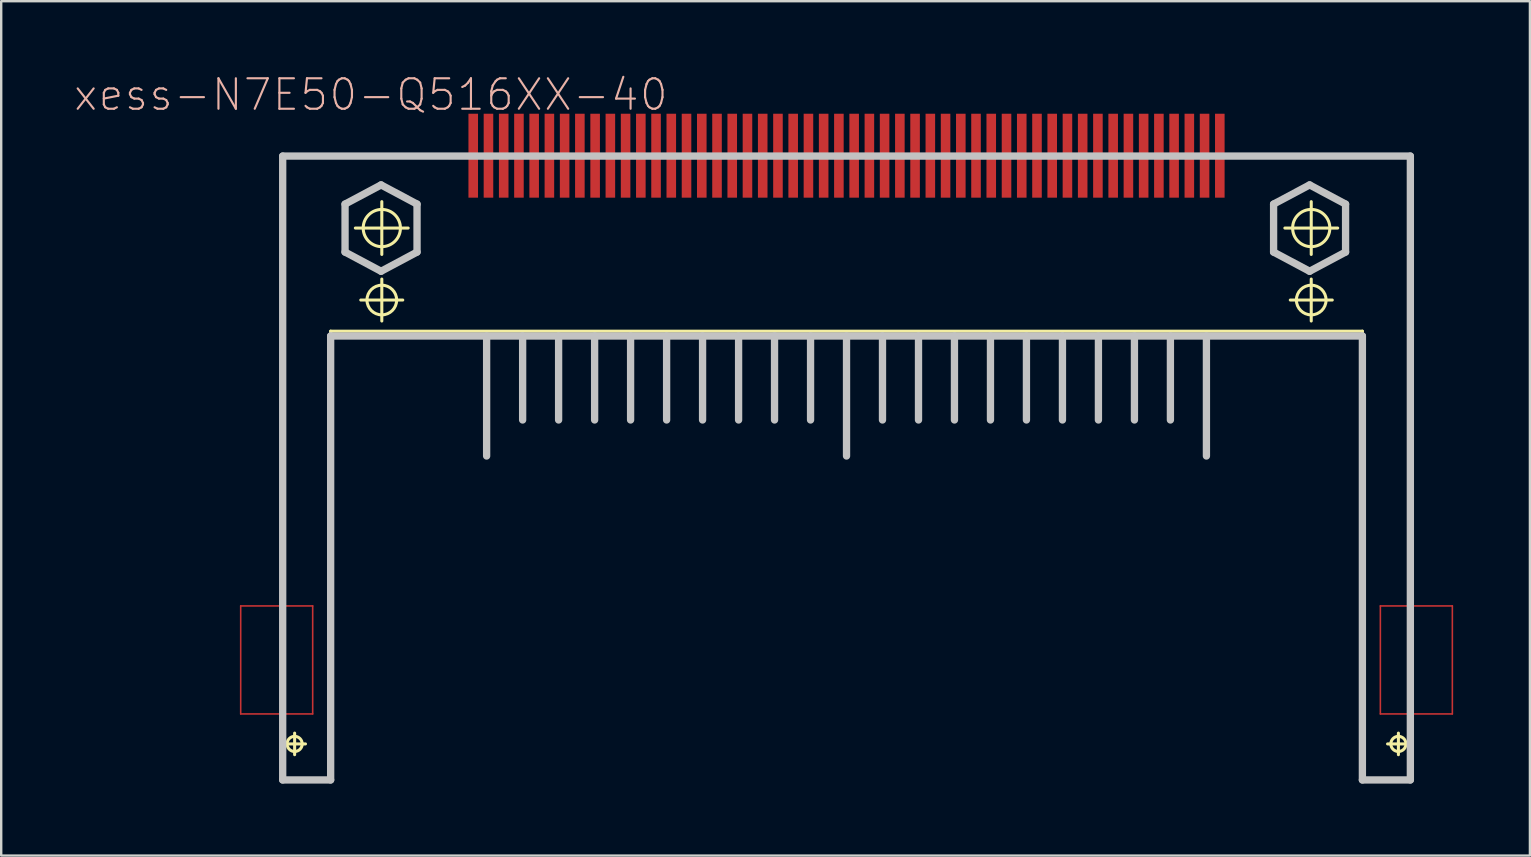
<source format=kicad_pcb>
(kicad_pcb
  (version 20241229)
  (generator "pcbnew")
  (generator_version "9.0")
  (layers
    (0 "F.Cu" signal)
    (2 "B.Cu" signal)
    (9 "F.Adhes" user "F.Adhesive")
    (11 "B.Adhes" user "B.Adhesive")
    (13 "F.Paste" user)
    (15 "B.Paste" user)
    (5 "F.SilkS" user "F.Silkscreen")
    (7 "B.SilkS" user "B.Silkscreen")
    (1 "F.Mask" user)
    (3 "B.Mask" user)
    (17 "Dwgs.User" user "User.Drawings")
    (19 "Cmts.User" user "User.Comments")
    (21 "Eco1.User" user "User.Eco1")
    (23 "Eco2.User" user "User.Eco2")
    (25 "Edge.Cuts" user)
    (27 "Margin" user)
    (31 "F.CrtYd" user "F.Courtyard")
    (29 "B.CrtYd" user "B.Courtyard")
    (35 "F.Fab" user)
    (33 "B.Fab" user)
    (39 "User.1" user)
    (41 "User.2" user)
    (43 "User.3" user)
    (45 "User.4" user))
  (footprint "xess-N7E50-Q516XX-40"
    (layer "F.Cu")
    (at 32.229 9.454)
    (property "Reference" "xess-N7E50-Q516XX-40" (at -19.825 -8.555 0) (layer "B.SilkS") (effects (font (size 1.27 1.27) (thickness 0.089))))
    (attr smd)
    (fp_line (start -25.248 12.748) (end -22.248 12.748) (stroke (width 0.066) (type solid)) (layer "F.Cu"))
    (fp_line (start -25.248 17.249) (end -25.248 12.748) (stroke (width 0.066) (type solid)) (layer "F.Cu"))
    (fp_line (start -25.248 17.249) (end -22.248 17.249) (stroke (width 0.066) (type solid)) (layer "F.Cu"))
    (fp_line (start -22.248 17.249) (end -22.248 12.748) (stroke (width 0.066) (type solid)) (layer "F.Cu"))
    (fp_line (start 22.248 12.748) (end 25.248 12.748) (stroke (width 0.066) (type solid)) (layer "F.Cu"))
    (fp_line (start 22.248 17.249) (end 22.248 12.748) (stroke (width 0.066) (type solid)) (layer "F.Cu"))
    (fp_line (start 22.248 17.249) (end 25.248 17.249) (stroke (width 0.066) (type solid)) (layer "F.Cu"))
    (fp_line (start 25.248 17.249) (end 25.248 12.748) (stroke (width 0.066) (type solid)) (layer "F.Cu"))
    (fp_line (start -25.448 12.548) (end -22.05 12.548) (stroke (width 0.066) (type solid)) (layer "F.Mask"))
    (fp_line (start -25.448 17.45) (end -25.448 12.548) (stroke (width 0.066) (type solid)) (layer "F.Mask"))
    (fp_line (start -25.448 17.45) (end -22.05 17.45) (stroke (width 0.066) (type solid)) (layer "F.Mask"))
    (fp_line (start -22.05 17.45) (end -22.05 12.548) (stroke (width 0.066) (type solid)) (layer "F.Mask"))
    (fp_line (start 22.05 12.548) (end 25.448 12.548) (stroke (width 0.066) (type solid)) (layer "F.Mask"))
    (fp_line (start 22.05 17.45) (end 22.05 12.548) (stroke (width 0.066) (type solid)) (layer "F.Mask"))
    (fp_line (start 22.05 17.45) (end 25.448 17.45) (stroke (width 0.066) (type solid)) (layer "F.Mask"))
    (fp_line (start 25.448 17.45) (end 25.448 12.548) (stroke (width 0.066) (type solid)) (layer "F.Mask"))
    (fp_line (start -23.498 -5.999) (end -23.498 12.499) (stroke (width 0.127) (type solid)) (layer "F.SilkS"))
    (fp_line (start -23.498 20) (end -23.498 17.498) (stroke (width 0.127) (type solid)) (layer "F.SilkS"))
    (fp_line (start -23.498 20) (end -21.499 20) (stroke (width 0.127) (type solid)) (layer "F.SilkS"))
    (fp_line (start -23.449 18.499) (end -22.548 18.499) (stroke (width 0.127) (type solid)) (layer "F.SilkS"))
    (fp_line (start -23 18.948) (end -23 18.049) (stroke (width 0.127) (type solid)) (layer "F.SilkS"))
    (fp_line (start -21.499 1.298) (end 21.499 1.298) (stroke (width 0.127) (type solid)) (layer "F.SilkS"))
    (fp_line (start -21.499 20) (end -21.499 1.298) (stroke (width 0.127) (type solid)) (layer "F.SilkS"))
    (fp_line (start -20.47 -3) (end -18.268 -3) (stroke (width 0.127) (type solid)) (layer "F.SilkS"))
    (fp_line (start -20.244 0) (end -18.494 0) (stroke (width 0.127) (type solid)) (layer "F.SilkS"))
    (fp_line (start -19.367 -1.9) (end -19.367 -4.1) (stroke (width 0.127) (type solid)) (layer "F.SilkS"))
    (fp_line (start -19.367 0.874) (end -19.367 -0.874) (stroke (width 0.127) (type solid)) (layer "F.SilkS"))
    (fp_line (start -16.5 -5.999) (end -23.498 -5.999) (stroke (width 0.127) (type solid)) (layer "F.SilkS"))
    (fp_line (start 18.268 -3) (end 20.47 -3) (stroke (width 0.127) (type solid)) (layer "F.SilkS"))
    (fp_line (start 18.494 0) (end 20.244 0) (stroke (width 0.127) (type solid)) (layer "F.SilkS"))
    (fp_line (start 19.367 -1.9) (end 19.367 -4.1) (stroke (width 0.127) (type solid)) (layer "F.SilkS"))
    (fp_line (start 19.367 0.874) (end 19.367 -0.874) (stroke (width 0.127) (type solid)) (layer "F.SilkS"))
    (fp_line (start 21.499 1.298) (end 21.499 20) (stroke (width 0.127) (type solid)) (layer "F.SilkS"))
    (fp_line (start 21.499 20) (end 23.498 20) (stroke (width 0.127) (type solid)) (layer "F.SilkS"))
    (fp_line (start 22.548 18.499) (end 23.449 18.499) (stroke (width 0.127) (type solid)) (layer "F.SilkS"))
    (fp_line (start 23 18.948) (end 23 18.049) (stroke (width 0.127) (type solid)) (layer "F.SilkS"))
    (fp_line (start 23.498 -5.999) (end 16.5 -5.999) (stroke (width 0.127) (type solid)) (layer "F.SilkS"))
    (fp_line (start 23.498 -5.999) (end 23.498 12.499) (stroke (width 0.127) (type solid)) (layer "F.SilkS"))
    (fp_line (start 23.498 20) (end 23.498 17.498) (stroke (width 0.127) (type solid)) (layer "F.SilkS"))
    (fp_circle (center -23 18.499) (end -23.223 18.722) (stroke (width 0.127) (type solid)) (fill no) (layer "F.SilkS"))
    (fp_circle (center -19.367 -3) (end -19.916 -3.548) (stroke (width 0.127) (type solid)) (fill no) (layer "F.SilkS"))
    (fp_circle (center -19.367 0) (end -19.804 0.437) (stroke (width 0.127) (type solid)) (fill no) (layer "F.SilkS"))
    (fp_circle (center 19.367 -3) (end 19.916 -3.548) (stroke (width 0.127) (type solid)) (fill no) (layer "F.SilkS"))
    (fp_circle (center 19.367 0) (end 19.804 0.437) (stroke (width 0.127) (type solid)) (fill no) (layer "F.SilkS"))
    (fp_circle (center 23 18.499) (end 23.223 18.722) (stroke (width 0.127) (type solid)) (fill no) (layer "F.SilkS"))
    (fp_line (start -25.248 12.748) (end -22.248 12.748) (stroke (width 0.066) (type solid)) (layer "F.Paste"))
    (fp_line (start -25.248 17.249) (end -25.248 12.748) (stroke (width 0.066) (type solid)) (layer "F.Paste"))
    (fp_line (start -25.248 17.249) (end -22.248 17.249) (stroke (width 0.066) (type solid)) (layer "F.Paste"))
    (fp_line (start -22.248 17.249) (end -22.248 12.748) (stroke (width 0.066) (type solid)) (layer "F.Paste"))
    (fp_line (start 22.248 12.748) (end 25.248 12.748) (stroke (width 0.066) (type solid)) (layer "F.Paste"))
    (fp_line (start 22.248 17.249) (end 22.248 12.748) (stroke (width 0.066) (type solid)) (layer "F.Paste"))
    (fp_line (start 22.248 17.249) (end 25.248 17.249) (stroke (width 0.066) (type solid)) (layer "F.Paste"))
    (fp_line (start 25.248 17.249) (end 25.248 12.748) (stroke (width 0.066) (type solid)) (layer "F.Paste"))
    (fp_line (start -23.498 -5.999) (end -23.498 20) (stroke (width 0.305) (type solid)) (layer "Dwgs.User"))
    (fp_line (start -23.498 20) (end -21.499 20) (stroke (width 0.305) (type solid)) (layer "Dwgs.User"))
    (fp_line (start -21.499 1.499) (end 21.499 1.499) (stroke (width 0.305) (type solid)) (layer "Dwgs.User"))
    (fp_line (start -21.499 20) (end -21.499 1.499) (stroke (width 0.305) (type solid)) (layer "Dwgs.User"))
    (fp_line (start -20.899 -3.998) (end -20.899 -1.999) (stroke (width 0.305) (type solid)) (layer "Dwgs.User"))
    (fp_line (start -20.899 -1.999) (end -19.398 -1.199) (stroke (width 0.305) (type solid)) (layer "Dwgs.User"))
    (fp_line (start -19.398 -4.798) (end -20.899 -3.998) (stroke (width 0.305) (type solid)) (layer "Dwgs.User"))
    (fp_line (start -19.398 -1.199) (end -17.899 -1.999) (stroke (width 0.305) (type solid)) (layer "Dwgs.User"))
    (fp_line (start -17.899 -3.998) (end -19.398 -4.798) (stroke (width 0.305) (type solid)) (layer "Dwgs.User"))
    (fp_line (start -17.899 -1.999) (end -17.899 -3.998) (stroke (width 0.305) (type solid)) (layer "Dwgs.User"))
    (fp_line (start -14.999 1.499) (end -14.999 6.5) (stroke (width 0.305) (type solid)) (layer "Dwgs.User"))
    (fp_line (start -13.498 1.499) (end -13.498 4.999) (stroke (width 0.305) (type solid)) (layer "Dwgs.User"))
    (fp_line (start -11.999 1.499) (end -11.999 4.999) (stroke (width 0.305) (type solid)) (layer "Dwgs.User"))
    (fp_line (start -10.498 1.499) (end -10.498 4.999) (stroke (width 0.305) (type solid)) (layer "Dwgs.User"))
    (fp_line (start -8.999 1.499) (end -8.999 4.999) (stroke (width 0.305) (type solid)) (layer "Dwgs.User"))
    (fp_line (start -7.498 1.499) (end -7.498 4.999) (stroke (width 0.305) (type solid)) (layer "Dwgs.User"))
    (fp_line (start -5.999 1.499) (end -5.999 4.999) (stroke (width 0.305) (type solid)) (layer "Dwgs.User"))
    (fp_line (start -4.498 1.499) (end -4.498 4.999) (stroke (width 0.305) (type solid)) (layer "Dwgs.User"))
    (fp_line (start -3 1.499) (end -3 4.999) (stroke (width 0.305) (type solid)) (layer "Dwgs.User"))
    (fp_line (start -1.499 1.499) (end -1.499 4.999) (stroke (width 0.305) (type solid)) (layer "Dwgs.User"))
    (fp_line (start 0 1.499) (end 0 6.5) (stroke (width 0.305) (type solid)) (layer "Dwgs.User"))
    (fp_line (start 1.499 1.499) (end 1.499 4.999) (stroke (width 0.305) (type solid)) (layer "Dwgs.User"))
    (fp_line (start 3 1.499) (end 3 4.999) (stroke (width 0.305) (type solid)) (layer "Dwgs.User"))
    (fp_line (start 4.498 1.499) (end 4.498 4.999) (stroke (width 0.305) (type solid)) (layer "Dwgs.User"))
    (fp_line (start 5.999 1.499) (end 5.999 4.999) (stroke (width 0.305) (type solid)) (layer "Dwgs.User"))
    (fp_line (start 7.498 1.499) (end 7.498 4.999) (stroke (width 0.305) (type solid)) (layer "Dwgs.User"))
    (fp_line (start 8.999 1.499) (end 8.999 4.999) (stroke (width 0.305) (type solid)) (layer "Dwgs.User"))
    (fp_line (start 10.498 1.499) (end 10.498 4.999) (stroke (width 0.305) (type solid)) (layer "Dwgs.User"))
    (fp_line (start 11.999 1.499) (end 11.999 4.999) (stroke (width 0.305) (type solid)) (layer "Dwgs.User"))
    (fp_line (start 13.498 1.499) (end 13.498 4.999) (stroke (width 0.305) (type solid)) (layer "Dwgs.User"))
    (fp_line (start 14.999 1.499) (end 14.999 6.5) (stroke (width 0.305) (type solid)) (layer "Dwgs.User"))
    (fp_line (start 17.798 -3.998) (end 17.798 -1.999) (stroke (width 0.305) (type solid)) (layer "Dwgs.User"))
    (fp_line (start 17.798 -1.999) (end 19.299 -1.199) (stroke (width 0.305) (type solid)) (layer "Dwgs.User"))
    (fp_line (start 19.299 -4.798) (end 17.798 -3.998) (stroke (width 0.305) (type solid)) (layer "Dwgs.User"))
    (fp_line (start 19.299 -1.199) (end 20.798 -1.999) (stroke (width 0.305) (type solid)) (layer "Dwgs.User"))
    (fp_line (start 20.798 -3.998) (end 19.299 -4.798) (stroke (width 0.305) (type solid)) (layer "Dwgs.User"))
    (fp_line (start 20.798 -1.999) (end 20.798 -3.998) (stroke (width 0.305) (type solid)) (layer "Dwgs.User"))
    (fp_line (start 21.499 1.499) (end 21.499 20) (stroke (width 0.305) (type solid)) (layer "Dwgs.User"))
    (fp_line (start 21.499 20) (end 23.498 20) (stroke (width 0.305) (type solid)) (layer "Dwgs.User"))
    (fp_line (start 23.498 -5.999) (end -23.498 -5.999) (stroke (width 0.305) (type solid)) (layer "Dwgs.User"))
    (fp_line (start 23.498 20) (end 23.498 -5.999) (stroke (width 0.305) (type solid)) (layer "Dwgs.User"))
    (pad "1" smd rect (at -15.557 -6.015) (size 0.399 3.498) (layers "F.Cu" "F.Mask" "F.Paste"))
    (pad "2" smd rect (at -14.287 -6.015) (size 0.399 3.498) (layers "F.Cu" "F.Mask" "F.Paste"))
    (pad "3" smd rect (at -13.018 -6.015) (size 0.399 3.498) (layers "F.Cu" "F.Mask" "F.Paste"))
    (pad "4" smd rect (at -11.748 -6.015) (size 0.399 3.498) (layers "F.Cu" "F.Mask" "F.Paste"))
    (pad "5" smd rect (at -10.477 -6.015) (size 0.399 3.498) (layers "F.Cu" "F.Mask" "F.Paste"))
    (pad "6" smd rect (at -9.207 -6.015) (size 0.399 3.498) (layers "F.Cu" "F.Mask" "F.Paste"))
    (pad "7" smd rect (at -7.938 -6.015) (size 0.399 3.498) (layers "F.Cu" "F.Mask" "F.Paste"))
    (pad "8" smd rect (at -6.668 -6.015) (size 0.399 3.498) (layers "F.Cu" "F.Mask" "F.Paste"))
    (pad "9" smd rect (at -5.397 -6.015) (size 0.399 3.498) (layers "F.Cu" "F.Mask" "F.Paste"))
    (pad "10" smd rect (at -4.128 -6.015) (size 0.399 3.498) (layers "F.Cu" "F.Mask" "F.Paste"))
    (pad "11" smd rect (at -2.857 -6.015) (size 0.399 3.498) (layers "F.Cu" "F.Mask" "F.Paste"))
    (pad "12" smd rect (at -1.587 -6.015) (size 0.399 3.498) (layers "F.Cu" "F.Mask" "F.Paste"))
    (pad "13" smd rect (at -0.318 -6.015) (size 0.399 3.498) (layers "F.Cu" "F.Mask" "F.Paste"))
    (pad "14" smd rect (at 0.953 -6.015) (size 0.399 3.498) (layers "F.Cu" "F.Mask" "F.Paste"))
    (pad "15" smd rect (at 2.223 -6.015) (size 0.399 3.498) (layers "F.Cu" "F.Mask" "F.Paste"))
    (pad "16" smd rect (at 3.493 -6.015) (size 0.399 3.498) (layers "F.Cu" "F.Mask" "F.Paste"))
    (pad "17" smd rect (at 4.763 -6.015) (size 0.399 3.498) (layers "F.Cu" "F.Mask" "F.Paste"))
    (pad "18" smd rect (at 6.032 -6.015) (size 0.399 3.498) (layers "F.Cu" "F.Mask" "F.Paste"))
    (pad "19" smd rect (at 7.303 -6.015) (size 0.399 3.498) (layers "F.Cu" "F.Mask" "F.Paste"))
    (pad "20" smd rect (at 8.572 -6.015) (size 0.399 3.498) (layers "F.Cu" "F.Mask" "F.Paste"))
    (pad "21" smd rect (at 9.842 -6.015) (size 0.399 3.498) (layers "F.Cu" "F.Mask" "F.Paste"))
    (pad "22" smd rect (at 11.113 -6.015) (size 0.399 3.498) (layers "F.Cu" "F.Mask" "F.Paste"))
    (pad "23" smd rect (at 12.383 -6.015) (size 0.399 3.498) (layers "F.Cu" "F.Mask" "F.Paste"))
    (pad "24" smd rect (at 13.652 -6.015) (size 0.399 3.498) (layers "F.Cu" "F.Mask" "F.Paste"))
    (pad "25" smd rect (at 14.922 -6.015) (size 0.399 3.498) (layers "F.Cu" "F.Mask" "F.Paste"))
    (pad "26" smd rect (at -14.922 -6.015) (size 0.399 3.498) (layers "F.Cu" "F.Mask" "F.Paste"))
    (pad "27" smd rect (at -13.652 -6.015) (size 0.399 3.498) (layers "F.Cu" "F.Mask" "F.Paste"))
    (pad "28" smd rect (at -12.383 -6.015) (size 0.399 3.498) (layers "F.Cu" "F.Mask" "F.Paste"))
    (pad "29" smd rect (at -11.113 -6.015) (size 0.399 3.498) (layers "F.Cu" "F.Mask" "F.Paste"))
    (pad "30" smd rect (at -9.842 -6.015) (size 0.399 3.498) (layers "F.Cu" "F.Mask" "F.Paste"))
    (pad "31" smd rect (at -8.572 -6.015) (size 0.399 3.498) (layers "F.Cu" "F.Mask" "F.Paste"))
    (pad "32" smd rect (at -7.303 -6.015) (size 0.399 3.498) (layers "F.Cu" "F.Mask" "F.Paste"))
    (pad "33" smd rect (at -6.032 -6.015) (size 0.399 3.498) (layers "F.Cu" "F.Mask" "F.Paste"))
    (pad "34" smd rect (at -4.763 -6.015) (size 0.399 3.498) (layers "F.Cu" "F.Mask" "F.Paste"))
    (pad "35" smd rect (at -3.493 -6.015) (size 0.399 3.498) (layers "F.Cu" "F.Mask" "F.Paste"))
    (pad "36" smd rect (at -2.223 -6.015) (size 0.399 3.498) (layers "F.Cu" "F.Mask" "F.Paste"))
    (pad "37" smd rect (at -0.953 -6.015) (size 0.399 3.498) (layers "F.Cu" "F.Mask" "F.Paste"))
    (pad "38" smd rect (at 0.318 -6.015) (size 0.399 3.498) (layers "F.Cu" "F.Mask" "F.Paste"))
    (pad "39" smd rect (at 1.587 -6.015) (size 0.399 3.498) (layers "F.Cu" "F.Mask" "F.Paste"))
    (pad "40" smd rect (at 2.857 -6.015) (size 0.399 3.498) (layers "F.Cu" "F.Mask" "F.Paste"))
    (pad "41" smd rect (at 4.128 -6.015) (size 0.399 3.498) (layers "F.Cu" "F.Mask" "F.Paste"))
    (pad "42" smd rect (at 5.397 -6.015) (size 0.399 3.498) (layers "F.Cu" "F.Mask" "F.Paste"))
    (pad "43" smd rect (at 6.668 -6.015) (size 0.399 3.498) (layers "F.Cu" "F.Mask" "F.Paste"))
    (pad "44" smd rect (at 7.938 -6.015) (size 0.399 3.498) (layers "F.Cu" "F.Mask" "F.Paste"))
    (pad "45" smd rect (at 9.207 -6.015) (size 0.399 3.498) (layers "F.Cu" "F.Mask" "F.Paste"))
    (pad "46" smd rect (at 10.477 -6.015) (size 0.399 3.498) (layers "F.Cu" "F.Mask" "F.Paste"))
    (pad "47" smd rect (at 11.748 -6.015) (size 0.399 3.498) (layers "F.Cu" "F.Mask" "F.Paste"))
    (pad "48" smd rect (at 13.018 -6.015) (size 0.399 3.498) (layers "F.Cu" "F.Mask" "F.Paste"))
    (pad "49" smd rect (at 14.287 -6.015) (size 0.399 3.498) (layers "F.Cu" "F.Mask" "F.Paste"))
    (pad "50" smd rect (at 15.557 -6.015) (size 0.399 3.498) (layers "F.Cu" "F.Mask" "F.Paste")))
  (gr_rect
    (start -3 -3)
    (end 60.71 32.606)
    (stroke (width 0.1) (type default))
    (fill no)
    (layer "Edge.Cuts")))
</source>
